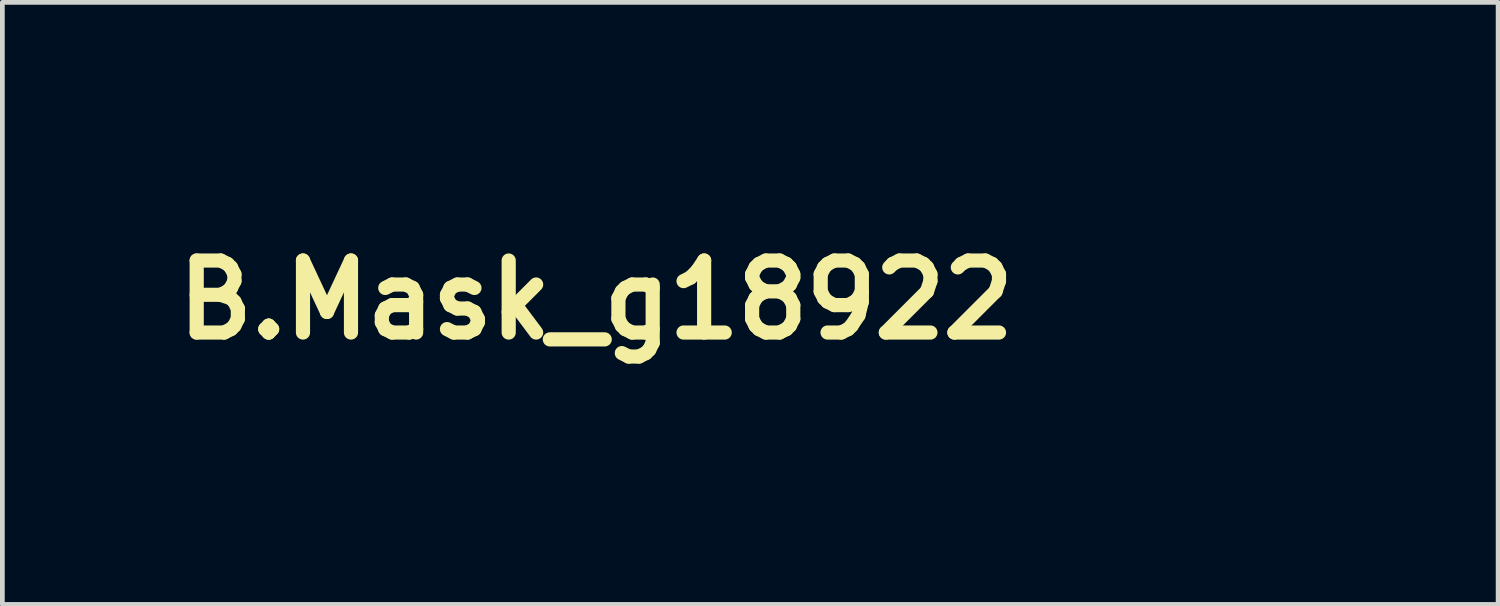
<source format=kicad_pcb>
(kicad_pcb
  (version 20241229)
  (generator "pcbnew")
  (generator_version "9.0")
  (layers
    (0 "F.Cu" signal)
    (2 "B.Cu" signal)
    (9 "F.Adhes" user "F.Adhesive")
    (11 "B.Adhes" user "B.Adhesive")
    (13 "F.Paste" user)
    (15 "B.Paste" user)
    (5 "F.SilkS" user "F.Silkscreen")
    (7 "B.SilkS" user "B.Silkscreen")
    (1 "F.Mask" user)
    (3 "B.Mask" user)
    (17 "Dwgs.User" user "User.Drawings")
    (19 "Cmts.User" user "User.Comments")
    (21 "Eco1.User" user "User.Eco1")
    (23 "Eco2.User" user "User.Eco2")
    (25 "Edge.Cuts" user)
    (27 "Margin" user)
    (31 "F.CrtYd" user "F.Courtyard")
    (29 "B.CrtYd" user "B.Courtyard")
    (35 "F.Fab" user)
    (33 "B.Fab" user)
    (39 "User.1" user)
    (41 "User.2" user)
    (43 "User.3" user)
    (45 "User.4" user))
  (footprint "B.Mask_g18922"
    (layer "F.Cu")
    (at 9.568 3.299)
    (property "Reference" "B.Mask_g18922" (at 0 0 0) (layer "F.SilkS") (effects (font (size 1.524 1.524) (thickness 0.3))))
    (attr through_hole)
    (fp_poly (pts (xy -8.662 0.013) (xy -8.269 0.057) (xy -7.913 0.13) (xy -7.576 0.236) (xy -7.176 0.389) (xy -6.8 0.557) (xy -6.8 0.558) (xy -6.489 0.706) (xy -6.271 0.788) (xy -6.089 0.815) (xy -5.883 0.798) (xy -5.699 0.766) (xy -5.335 0.69) (xy -4.959 0.597) (xy -4.791 0.549) (xy -4.262 0.44) (xy -3.799 0.461) (xy -3.426 0.582) (xy -3.084 0.77) (xy -2.884 0.969) (xy -2.8 1.21) (xy -2.794 1.323) (xy -2.839 1.646) (xy -2.985 1.951) (xy -3.255 2.272) (xy -3.49 2.493) (xy -4.077 2.939) (xy -4.663 3.235) (xy -5.283 3.395) (xy -5.689 3.432) (xy -6.045 3.44) (xy -6.359 3.438) (xy -6.574 3.427) (xy -6.604 3.423) (xy -7.191 3.31) (xy -7.649 3.188) (xy -8.017 3.036) (xy -8.337 2.835) (xy -8.649 2.565) (xy -8.907 2.298) (xy -9.22 1.922) (xy -9.409 1.594) (xy -9.471 1.41) (xy -9.536 1.055) (xy -9.563 0.696) (xy -9.552 0.381) (xy -9.502 0.16) (xy -9.466 0.102) (xy -9.304 0.035) (xy -9.022 0.005) (xy -8.662 0.013)) (stroke (width 0.01) (type solid)) (fill yes) (layer "B.Mask"))
    (fp_poly (pts (xy 14.948 -3.289) (xy 15.312 -3.267) (xy 15.554 -3.231) (xy 15.719 -3.168) (xy 15.854 -3.067) (xy 15.868 -3.054) (xy 15.993 -2.913) (xy 16.059 -2.751) (xy 16.084 -2.51) (xy 16.087 -2.329) (xy 16.005 -1.566) (xy 15.769 -0.825) (xy 15.394 -0.129) (xy 14.897 0.496) (xy 14.293 1.028) (xy 13.666 1.409) (xy 13.397 1.54) (xy 13.182 1.631) (xy 12.981 1.69) (xy 12.751 1.724) (xy 12.45 1.743) (xy 12.036 1.753) (xy 11.858 1.756) (xy 11.367 1.762) (xy 11.007 1.755) (xy 10.737 1.731) (xy 10.52 1.688) (xy 10.316 1.622) (xy 10.275 1.606) (xy 9.767 1.343) (xy 9.359 1.007) (xy 9.069 0.618) (xy 8.916 0.202) (xy 8.904 -0.129) (xy 9.01 -0.357) (xy 9.254 -0.547) (xy 9.606 -0.684) (xy 10.035 -0.753) (xy 10.184 -0.759) (xy 10.51 -0.781) (xy 10.811 -0.834) (xy 10.946 -0.876) (xy 11.247 -1.068) (xy 11.56 -1.378) (xy 11.847 -1.762) (xy 12.058 -2.15) (xy 12.185 -2.407) (xy 12.323 -2.582) (xy 12.524 -2.727) (xy 12.778 -2.862) (xy 13.414 -3.12) (xy 14.072 -3.261) (xy 14.807 -3.294) (xy 14.948 -3.289)) (stroke (width 0.01) (type solid)) (fill yes) (layer "B.Mask")))
  (gr_rect
    (start -3 -3)
    (end 28.66 9.744)
    (stroke (width 0.1) (type default))
    (fill no)
    (layer "Edge.Cuts")))
</source>
